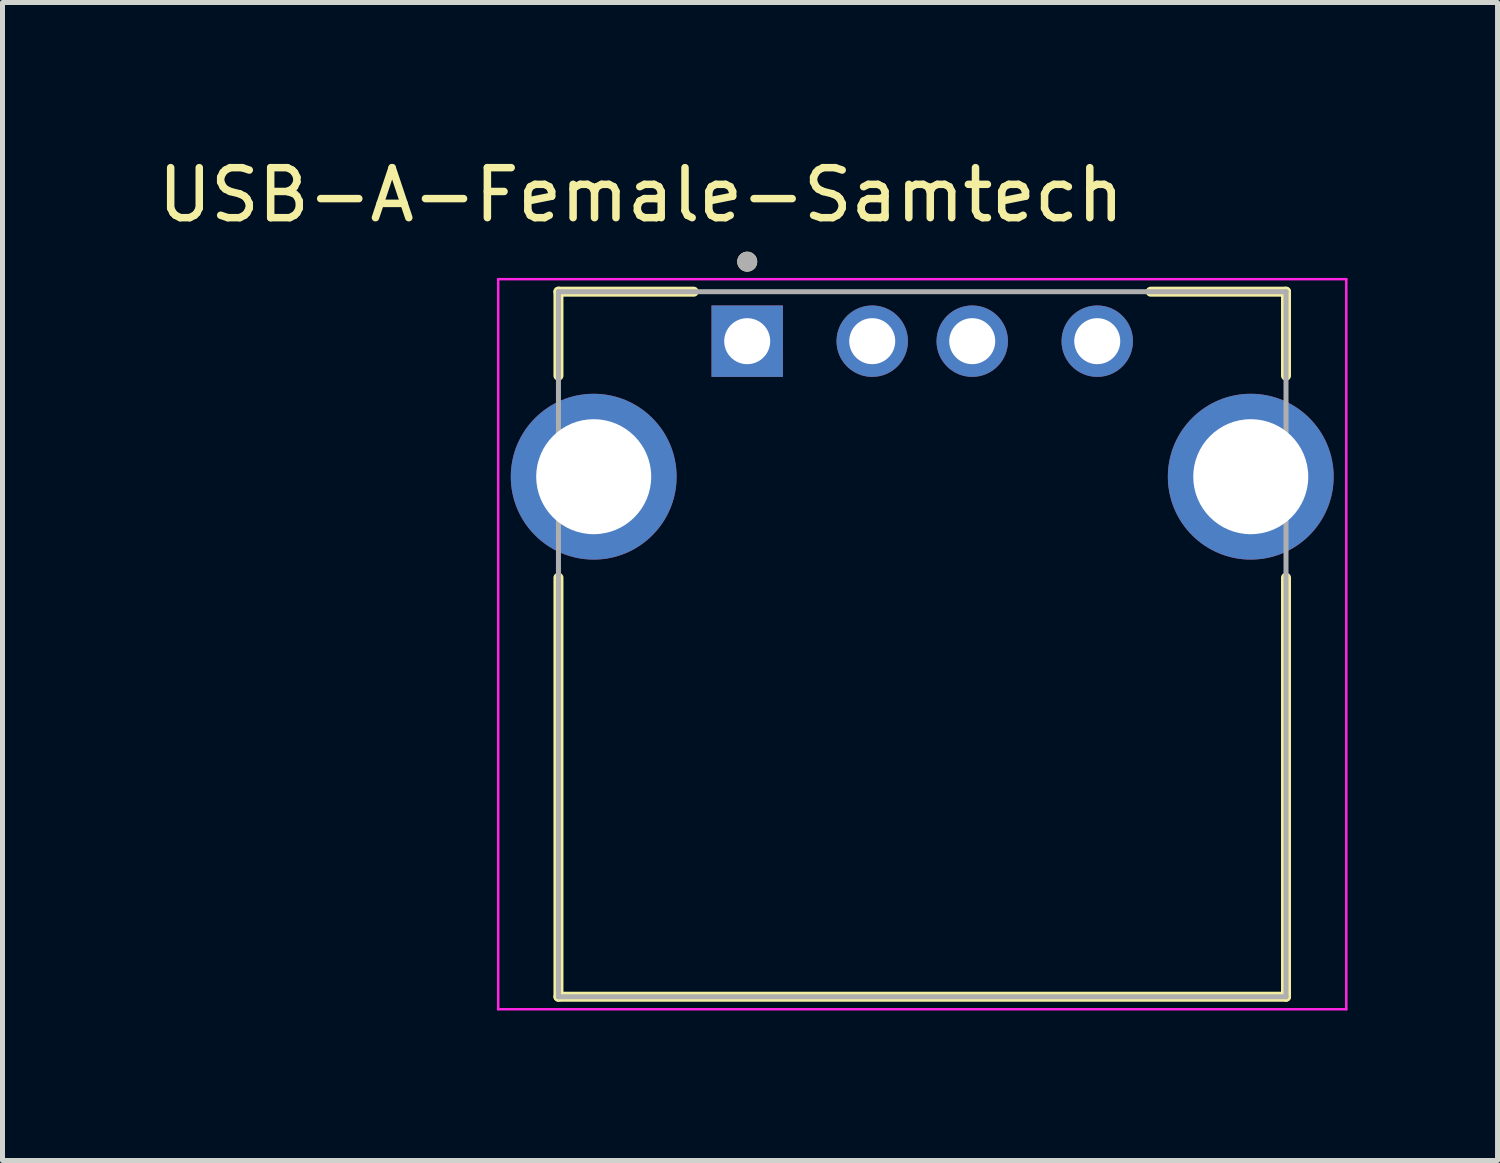
<source format=kicad_pcb>
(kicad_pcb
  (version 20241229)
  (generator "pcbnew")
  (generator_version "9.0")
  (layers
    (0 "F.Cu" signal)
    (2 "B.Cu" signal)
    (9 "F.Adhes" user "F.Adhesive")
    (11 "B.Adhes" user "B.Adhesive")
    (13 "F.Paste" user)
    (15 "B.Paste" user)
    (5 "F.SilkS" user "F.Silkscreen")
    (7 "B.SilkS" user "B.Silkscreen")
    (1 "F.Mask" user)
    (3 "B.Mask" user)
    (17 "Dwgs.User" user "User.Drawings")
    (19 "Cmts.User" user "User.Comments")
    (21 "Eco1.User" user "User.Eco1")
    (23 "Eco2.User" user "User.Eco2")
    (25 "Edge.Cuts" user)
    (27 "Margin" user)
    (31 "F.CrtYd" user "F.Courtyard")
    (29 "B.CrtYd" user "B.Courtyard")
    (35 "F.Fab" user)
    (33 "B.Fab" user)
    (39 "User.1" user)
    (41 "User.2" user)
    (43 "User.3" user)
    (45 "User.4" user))
  (footprint "USB-A-Female-Samtech"
    (layer "F.Cu")
    (at 11.893 3.773)
    (property "Reference" "USB-A-Female-Samtech" (at -2.125 -2.925 0) (layer "F.SilkS") (effects (font (size 1 1) (thickness 0.15))))
    (attr through_hole)
    (fp_line (start -3.775 -0.99) (end -1.07 -0.99) (stroke (width 0.2) (type solid)) (layer "F.SilkS"))
    (fp_line (start -3.775 0.69) (end -3.775 -0.99) (stroke (width 0.2) (type solid)) (layer "F.SilkS"))
    (fp_line (start -3.775 13.11) (end -3.775 4.73) (stroke (width 0.2) (type solid)) (layer "F.SilkS"))
    (fp_line (start 10.775 -0.99) (end 8.07 -0.99) (stroke (width 0.2) (type solid)) (layer "F.SilkS"))
    (fp_line (start 10.775 -0.99) (end 10.775 0.69) (stroke (width 0.2) (type solid)) (layer "F.SilkS"))
    (fp_line (start 10.775 4.73) (end 10.775 13.11) (stroke (width 0.2) (type solid)) (layer "F.SilkS"))
    (fp_line (start 10.775 13.11) (end -3.775 13.11) (stroke (width 0.2) (type solid)) (layer "F.SilkS"))
    (fp_circle (center 0 -1.59) (end 0.1 -1.59) (stroke (width 0.2) (type solid)) (fill no) (layer "F.SilkS"))
    (fp_line (start -4.98 -1.24) (end 11.98 -1.24) (stroke (width 0.05) (type solid)) (layer "F.CrtYd"))
    (fp_line (start -4.98 13.36) (end -4.98 -1.24) (stroke (width 0.05) (type solid)) (layer "F.CrtYd"))
    (fp_line (start 11.98 -1.24) (end 11.98 13.36) (stroke (width 0.05) (type solid)) (layer "F.CrtYd"))
    (fp_line (start 11.98 13.36) (end -4.98 13.36) (stroke (width 0.05) (type solid)) (layer "F.CrtYd"))
    (fp_line (start -3.775 -0.99) (end 10.775 -0.99) (stroke (width 0.1) (type solid)) (layer "F.Fab"))
    (fp_line (start -3.775 13.11) (end -3.775 -0.99) (stroke (width 0.1) (type solid)) (layer "F.Fab"))
    (fp_line (start 10.775 -0.99) (end 10.775 13.11) (stroke (width 0.1) (type solid)) (layer "F.Fab"))
    (fp_line (start 10.775 13.11) (end -3.775 13.11) (stroke (width 0.1) (type solid)) (layer "F.Fab"))
    (fp_circle (center 0 -1.59) (end 0.1 -1.59) (stroke (width 0.2) (type solid)) (fill no) (layer "F.Fab"))
    (pad "01" thru_hole rect (at 0 0) (size 1.428 1.428) (drill 0.92) (layers "*.Cu" "*.Mask"))
    (pad "02" thru_hole circle (at 2.5 0) (size 1.428 1.428) (drill 0.92) (layers "*.Cu" "*.Mask"))
    (pad "03" thru_hole circle (at 4.5 0) (size 1.428 1.428) (drill 0.92) (layers "*.Cu" "*.Mask"))
    (pad "04" thru_hole circle (at 7 0) (size 1.428 1.428) (drill 0.92) (layers "*.Cu" "*.Mask"))
    (pad "S1" thru_hole circle (at -3.07 2.71) (size 3.316 3.316) (drill 2.3) (layers "*.Cu" "*.Mask"))
    (pad "S2" thru_hole circle (at 10.07 2.71) (size 3.316 3.316) (drill 2.3) (layers "*.Cu" "*.Mask")))
  (gr_rect
    (start -3 -3)
    (end 26.898 20.158)
    (stroke (width 0.1) (type default))
    (fill no)
    (layer "Edge.Cuts")))
</source>
